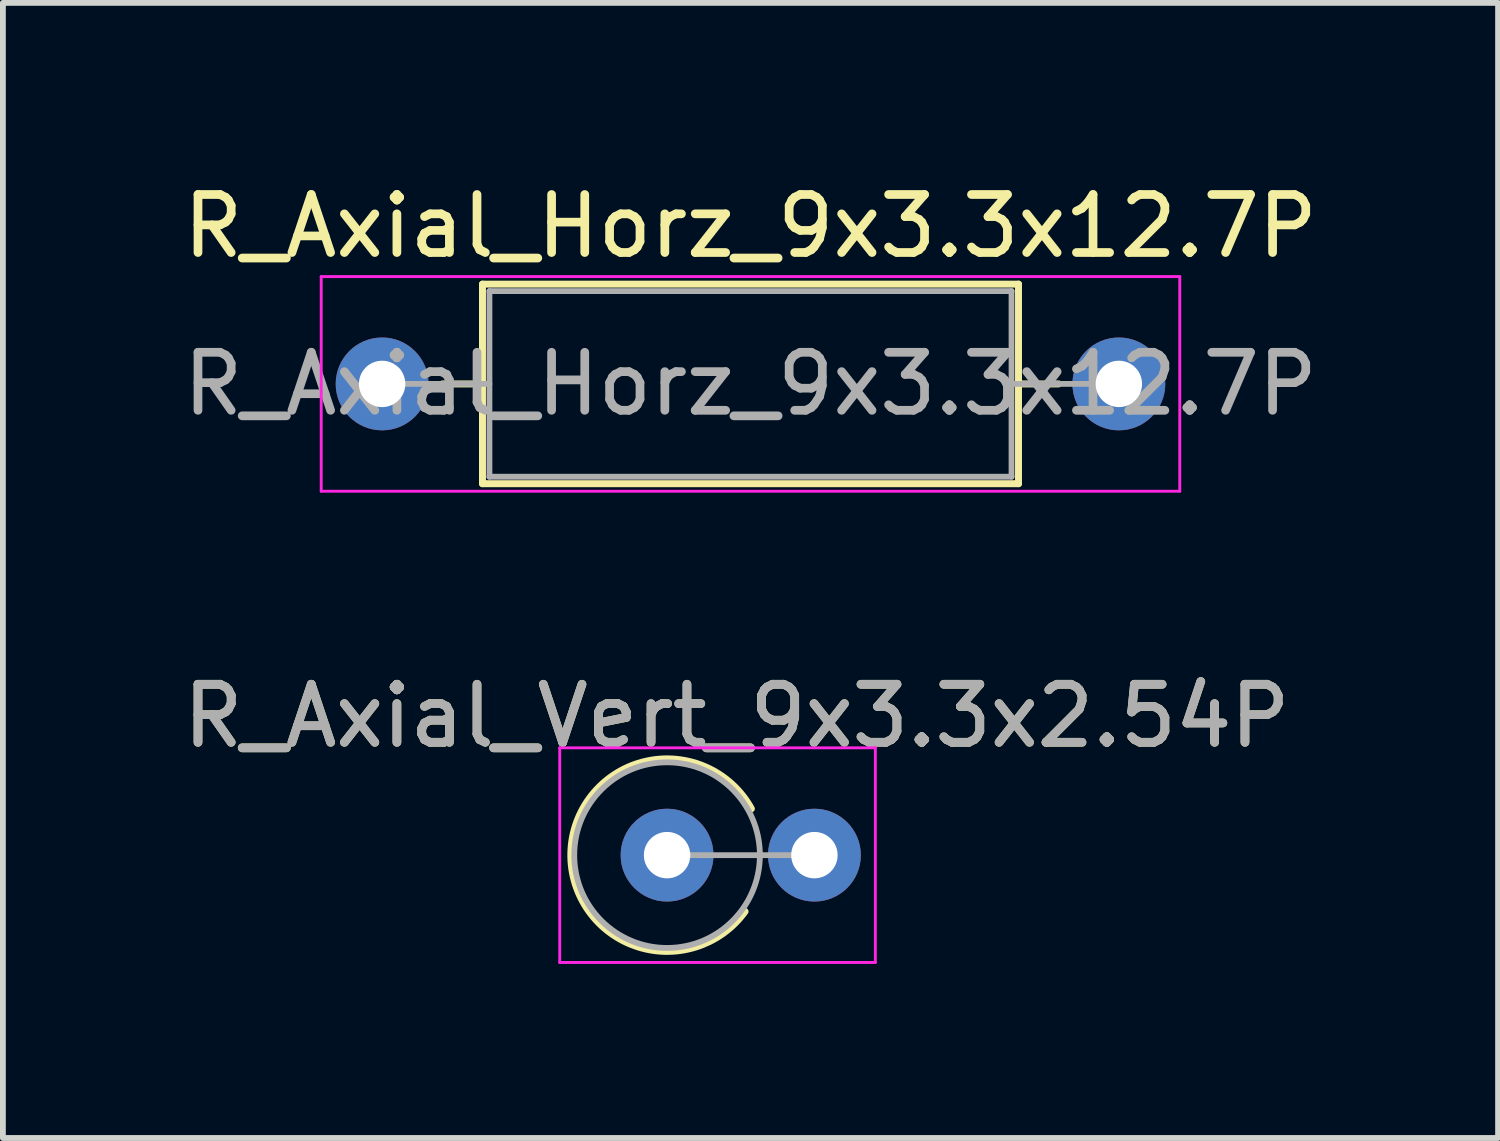
<source format=kicad_pcb>
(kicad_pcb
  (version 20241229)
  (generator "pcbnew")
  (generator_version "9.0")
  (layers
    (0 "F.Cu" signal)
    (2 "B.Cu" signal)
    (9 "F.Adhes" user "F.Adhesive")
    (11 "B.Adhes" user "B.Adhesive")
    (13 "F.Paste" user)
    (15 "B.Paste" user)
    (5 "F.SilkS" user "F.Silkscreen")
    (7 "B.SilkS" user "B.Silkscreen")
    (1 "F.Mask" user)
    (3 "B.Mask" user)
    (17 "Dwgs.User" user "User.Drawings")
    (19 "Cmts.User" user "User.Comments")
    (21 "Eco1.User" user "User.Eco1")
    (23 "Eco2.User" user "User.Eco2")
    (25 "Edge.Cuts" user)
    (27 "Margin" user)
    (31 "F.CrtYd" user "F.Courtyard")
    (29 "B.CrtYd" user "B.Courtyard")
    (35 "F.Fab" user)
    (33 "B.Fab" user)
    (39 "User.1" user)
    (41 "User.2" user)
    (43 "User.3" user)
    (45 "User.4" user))
  (footprint "R_Axial_Horz_9x3.3x12.7P"
    (layer "F.Cu")
    (at 3.537 3.568)
    (property "Reference" "R_Axial_Horz_9x3.3x12.7P" (at 6.35 -2.72 0) (layer "F.SilkS") (effects (font (size 1 1) (thickness 0.15))))
    (attr through_hole)
    (fp_line (start 1.04 0) (end 1.73 0) (stroke (width 0.12) (type solid)) (layer "F.SilkS"))
    (fp_line (start 1.73 -1.72) (end 1.73 1.72) (stroke (width 0.12) (type solid)) (layer "F.SilkS"))
    (fp_line (start 1.73 1.72) (end 10.97 1.72) (stroke (width 0.12) (type solid)) (layer "F.SilkS"))
    (fp_line (start 10.97 -1.72) (end 1.73 -1.72) (stroke (width 0.12) (type solid)) (layer "F.SilkS"))
    (fp_line (start 10.97 1.72) (end 10.97 -1.72) (stroke (width 0.12) (type solid)) (layer "F.SilkS"))
    (fp_line (start 11.66 0) (end 10.97 0) (stroke (width 0.12) (type solid)) (layer "F.SilkS"))
    (fp_line (start -1.05 -1.85) (end -1.05 1.85) (stroke (width 0.05) (type solid)) (layer "F.CrtYd"))
    (fp_line (start -1.05 1.85) (end 13.75 1.85) (stroke (width 0.05) (type solid)) (layer "F.CrtYd"))
    (fp_line (start 13.75 -1.85) (end -1.05 -1.85) (stroke (width 0.05) (type solid)) (layer "F.CrtYd"))
    (fp_line (start 13.75 1.85) (end 13.75 -1.85) (stroke (width 0.05) (type solid)) (layer "F.CrtYd"))
    (fp_line (start 0 0) (end 1.85 0) (stroke (width 0.1) (type solid)) (layer "F.Fab"))
    (fp_line (start 1.85 -1.6) (end 1.85 1.6) (stroke (width 0.1) (type solid)) (layer "F.Fab"))
    (fp_line (start 1.85 1.6) (end 10.85 1.6) (stroke (width 0.1) (type solid)) (layer "F.Fab"))
    (fp_line (start 10.85 -1.6) (end 1.85 -1.6) (stroke (width 0.1) (type solid)) (layer "F.Fab"))
    (fp_line (start 10.85 1.6) (end 10.85 -1.6) (stroke (width 0.1) (type solid)) (layer "F.Fab"))
    (fp_line (start 12.7 0) (end 10.85 0) (stroke (width 0.1) (type solid)) (layer "F.Fab"))
    (fp_text user "${REFERENCE}" (at 6.35 0 0) (layer "F.Fab") (effects (font (size 1 1) (thickness 0.15))))
    (pad "1" thru_hole circle (at 0 0) (size 1.6 1.6) (drill 0.8) (layers "*.Cu" "*.Mask"))
    (pad "2" thru_hole oval (at 12.7 0) (size 1.6 1.6) (drill 0.8) (layers "*.Cu" "*.Mask")))
  (footprint "R_Axial_Vert_9x3.3x2.54P"
    (layer "F.Cu")
    (at 8.449 11.691)
    (property "Reference" "R_Axial_Vert_9x3.3x2.54P" (at 1.2 -2.4 0) (layer "F.SilkS") (effects (font (size 1 1) (thickness 0.15))))
    (attr through_hole)
    (fp_arc (start 1.344775 0.97138) (mid -1.655812 -0.101418) (end 1.453272 -0.8) (stroke (width 0.12) (type solid)) (layer "F.SilkS"))
    (fp_line (start -1.85 -1.85) (end -1.85 1.85) (stroke (width 0.05) (type solid)) (layer "F.CrtYd"))
    (fp_line (start -1.85 1.85) (end 3.59 1.85) (stroke (width 0.05) (type solid)) (layer "F.CrtYd"))
    (fp_line (start 3.59 -1.85) (end -1.85 -1.85) (stroke (width 0.05) (type solid)) (layer "F.CrtYd"))
    (fp_line (start 3.59 1.85) (end 3.59 -1.85) (stroke (width 0.05) (type solid)) (layer "F.CrtYd"))
    (fp_line (start 0 0) (end 2.54 0) (stroke (width 0.1) (type solid)) (layer "F.Fab"))
    (fp_circle (center 0 0) (end 1.6 0) (stroke (width 0.1) (type solid)) (fill no) (layer "F.Fab"))
    (fp_text user "${REFERENCE}" (at 1.2 -2.4 0) (layer "F.Fab") (effects (font (size 1 1) (thickness 0.15))))
    (pad "1" thru_hole circle (at 0 0) (size 1.6 1.6) (drill 0.8) (layers "*.Cu" "*.Mask"))
    (pad "2" thru_hole oval (at 2.54 0) (size 1.6 1.6) (drill 0.8) (layers "*.Cu" "*.Mask")))
  (gr_rect
    (start -3 -3)
    (end 22.774 16.567)
    (stroke (width 0.1) (type default))
    (fill no)
    (layer "Edge.Cuts")))
</source>
